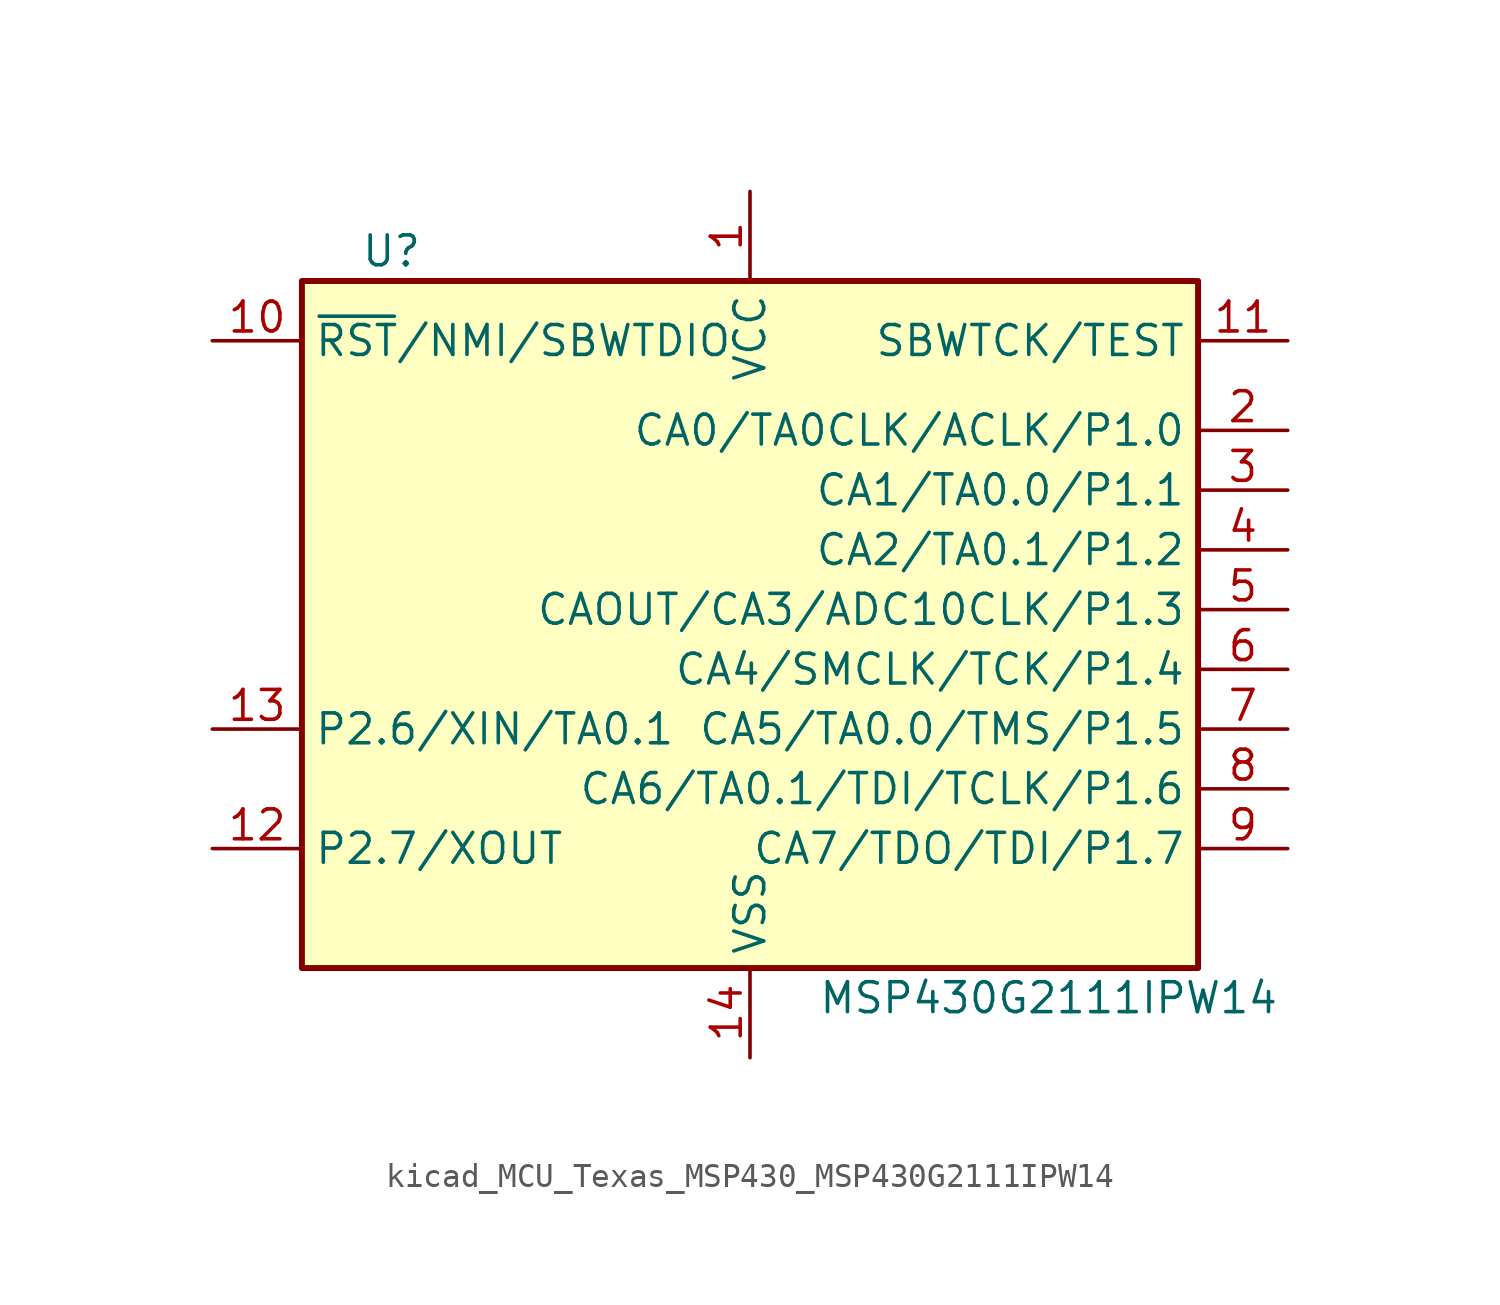
<source format=kicad_sym>
(kicad_symbol_lib
  (version 20220914)
  (generator kicad_symbol_editor)
  (symbol "kicad_MCU_Texas_MSP430_MSP430G2111IPW14"
    (property "Reference" "U"
      (at -15.24 15.24 0)
      (effects (font (size 1.27 1.27))))
    (property "Value" "MSP430G2111IPW14"
      (at 12.7 -16.51 0)
      (effects (font (size 1.27 1.27))))
    (symbol "kicad_MCU_Texas_MSP430_MSP430G2111IPW14_0_1"
      (rectangle (start -19.05 13.97) (end 19.05 -15.24) (stroke (width 0.254) (type default)) (fill (type background))))
    (symbol "kicad_MCU_Texas_MSP430_MSP430G2111IPW14_1_1"
      (pin power_in line (at 0 17.78 270) (length 3.81) (name "VCC" (effects (font (size 1.27 1.27)))) (number "1" (effects (font (size 1.27 1.27)))))
      (pin input line (at -22.86 11.43 0) (length 3.81) (name "~{RST}/NMI/SBWTDIO" (effects (font (size 1.27 1.27)))) (number "10" (effects (font (size 1.27 1.27)))))
      (pin input line (at 22.86 11.43 180) (length 3.81) (name "SBWTCK/TEST" (effects (font (size 1.27 1.27)))) (number "11" (effects (font (size 1.27 1.27)))))
      (pin bidirectional line (at -22.86 -10.16 0) (length 3.81) (name "P2.7/XOUT" (effects (font (size 1.27 1.27)))) (number "12" (effects (font (size 1.27 1.27)))))
      (pin bidirectional line (at -22.86 -5.08 0) (length 3.81) (name "P2.6/XIN/TA0.1" (effects (font (size 1.27 1.27)))) (number "13" (effects (font (size 1.27 1.27)))))
      (pin power_in line (at 0 -19.05 90) (length 3.81) (name "VSS" (effects (font (size 1.27 1.27)))) (number "14" (effects (font (size 1.27 1.27)))))
      (pin bidirectional line (at 22.86 7.62 180) (length 3.81) (name "CA0/TA0CLK/ACLK/P1.0" (effects (font (size 1.27 1.27)))) (number "2" (effects (font (size 1.27 1.27)))))
      (pin bidirectional line (at 22.86 5.08 180) (length 3.81) (name "CA1/TA0.0/P1.1" (effects (font (size 1.27 1.27)))) (number "3" (effects (font (size 1.27 1.27)))))
      (pin bidirectional line (at 22.86 2.54 180) (length 3.81) (name "CA2/TA0.1/P1.2" (effects (font (size 1.27 1.27)))) (number "4" (effects (font (size 1.27 1.27)))))
      (pin bidirectional line (at 22.86 0 180) (length 3.81) (name "CAOUT/CA3/ADC10CLK/P1.3" (effects (font (size 1.27 1.27)))) (number "5" (effects (font (size 1.27 1.27)))))
      (pin bidirectional line (at 22.86 -2.54 180) (length 3.81) (name "CA4/SMCLK/TCK/P1.4" (effects (font (size 1.27 1.27)))) (number "6" (effects (font (size 1.27 1.27)))))
      (pin bidirectional line (at 22.86 -5.08 180) (length 3.81) (name "CA5/TA0.0/TMS/P1.5" (effects (font (size 1.27 1.27)))) (number "7" (effects (font (size 1.27 1.27)))))
      (pin bidirectional line (at 22.86 -7.62 180) (length 3.81) (name "CA6/TA0.1/TDI/TCLK/P1.6" (effects (font (size 1.27 1.27)))) (number "8" (effects (font (size 1.27 1.27)))))
      (pin bidirectional line (at 22.86 -10.16 180) (length 3.81) (name "CA7/TDO/TDI/P1.7" (effects (font (size 1.27 1.27)))) (number "9" (effects (font (size 1.27 1.27))))))))
</source>
